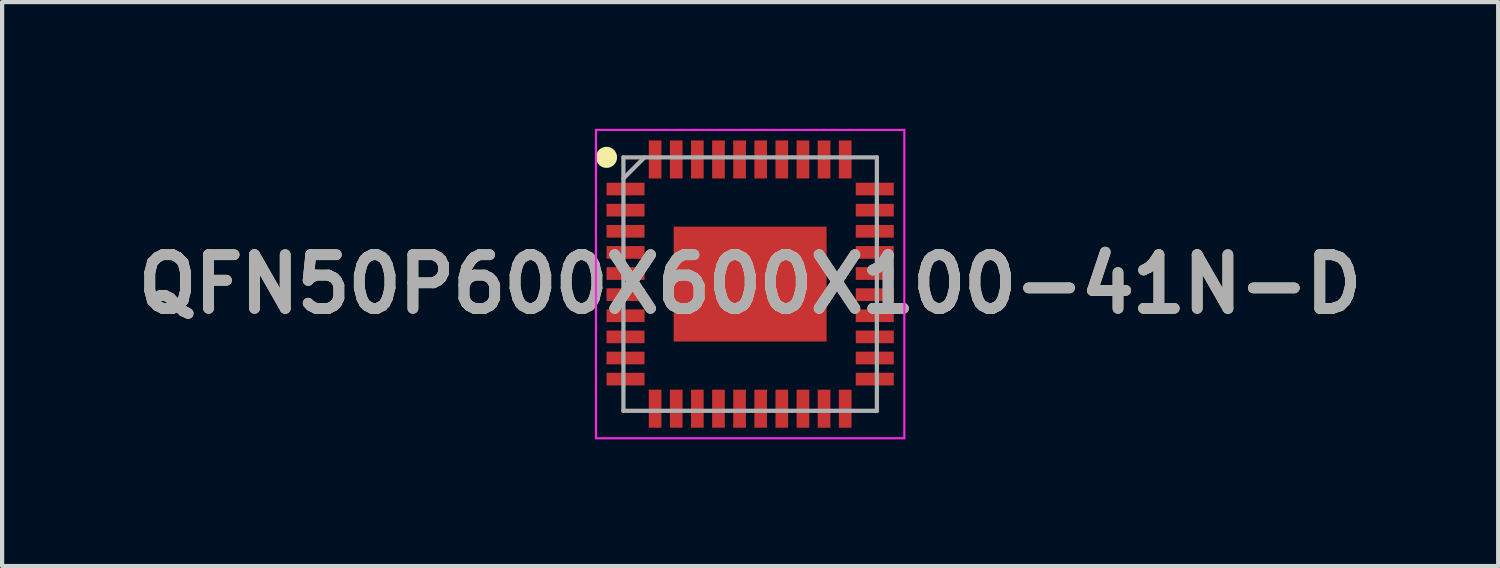
<source format=kicad_pcb>
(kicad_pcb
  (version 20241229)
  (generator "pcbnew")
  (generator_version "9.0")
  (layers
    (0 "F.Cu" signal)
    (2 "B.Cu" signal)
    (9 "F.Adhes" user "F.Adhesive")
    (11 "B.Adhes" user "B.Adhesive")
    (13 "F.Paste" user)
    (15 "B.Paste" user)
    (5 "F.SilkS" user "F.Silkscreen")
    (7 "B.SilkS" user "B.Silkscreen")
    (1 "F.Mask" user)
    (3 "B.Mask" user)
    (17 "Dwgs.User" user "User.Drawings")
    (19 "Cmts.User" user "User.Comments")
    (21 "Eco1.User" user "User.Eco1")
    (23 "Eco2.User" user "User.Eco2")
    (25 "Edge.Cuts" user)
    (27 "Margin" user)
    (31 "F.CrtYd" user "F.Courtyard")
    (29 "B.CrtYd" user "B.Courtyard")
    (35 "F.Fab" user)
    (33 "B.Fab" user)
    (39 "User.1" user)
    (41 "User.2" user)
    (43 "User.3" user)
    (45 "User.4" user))
  (footprint "QFN50P600X600X100-41N-D"
    (layer "F.Cu")
    (at 14.708 3.675)
    (property "Reference" "QFN50P600X600X100-41N-D" (at 0 0 0) (layer "F.SilkS") (effects (font (size 1.27 1.27) (thickness 0.254))))
    (attr smd)
    (fp_circle (center -3.4 -3) (end -3.4 -2.875) (stroke (width 0.25) (type solid)) (fill no) (layer "F.SilkS"))
    (fp_line (start -3.65 -3.65) (end 3.65 -3.65) (stroke (width 0.05) (type solid)) (layer "F.CrtYd"))
    (fp_line (start -3.65 3.65) (end -3.65 -3.65) (stroke (width 0.05) (type solid)) (layer "F.CrtYd"))
    (fp_line (start 3.65 -3.65) (end 3.65 3.65) (stroke (width 0.05) (type solid)) (layer "F.CrtYd"))
    (fp_line (start 3.65 3.65) (end -3.65 3.65) (stroke (width 0.05) (type solid)) (layer "F.CrtYd"))
    (fp_line (start -3 -3) (end 3 -3) (stroke (width 0.1) (type solid)) (layer "F.Fab"))
    (fp_line (start -3 -2.5) (end -2.5 -3) (stroke (width 0.1) (type solid)) (layer "F.Fab"))
    (fp_line (start -3 3) (end -3 -3) (stroke (width 0.1) (type solid)) (layer "F.Fab"))
    (fp_line (start 3 -3) (end 3 3) (stroke (width 0.1) (type solid)) (layer "F.Fab"))
    (fp_line (start 3 3) (end -3 3) (stroke (width 0.1) (type solid)) (layer "F.Fab"))
    (fp_text user "${REFERENCE}" (at 0 0 0) (layer "F.Fab") (effects (font (size 1.27 1.27) (thickness 0.254))))
    (pad "1" smd rect (at -2.95 -2.25 90) (size 0.3 0.9) (layers "F.Cu" "F.Mask" "F.Paste"))
    (pad "2" smd rect (at -2.95 -1.75 90) (size 0.3 0.9) (layers "F.Cu" "F.Mask" "F.Paste"))
    (pad "3" smd rect (at -2.95 -1.25 90) (size 0.3 0.9) (layers "F.Cu" "F.Mask" "F.Paste"))
    (pad "4" smd rect (at -2.95 -0.75 90) (size 0.3 0.9) (layers "F.Cu" "F.Mask" "F.Paste"))
    (pad "5" smd rect (at -2.95 -0.25 90) (size 0.3 0.9) (layers "F.Cu" "F.Mask" "F.Paste"))
    (pad "6" smd rect (at -2.95 0.25 90) (size 0.3 0.9) (layers "F.Cu" "F.Mask" "F.Paste"))
    (pad "7" smd rect (at -2.95 0.75 90) (size 0.3 0.9) (layers "F.Cu" "F.Mask" "F.Paste"))
    (pad "8" smd rect (at -2.95 1.25 90) (size 0.3 0.9) (layers "F.Cu" "F.Mask" "F.Paste"))
    (pad "9" smd rect (at -2.95 1.75 90) (size 0.3 0.9) (layers "F.Cu" "F.Mask" "F.Paste"))
    (pad "10" smd rect (at -2.95 2.25 90) (size 0.3 0.9) (layers "F.Cu" "F.Mask" "F.Paste"))
    (pad "11" smd rect (at -2.25 2.95) (size 0.3 0.9) (layers "F.Cu" "F.Mask" "F.Paste"))
    (pad "12" smd rect (at -1.75 2.95) (size 0.3 0.9) (layers "F.Cu" "F.Mask" "F.Paste"))
    (pad "13" smd rect (at -1.25 2.95) (size 0.3 0.9) (layers "F.Cu" "F.Mask" "F.Paste"))
    (pad "14" smd rect (at -0.75 2.95) (size 0.3 0.9) (layers "F.Cu" "F.Mask" "F.Paste"))
    (pad "15" smd rect (at -0.25 2.95) (size 0.3 0.9) (layers "F.Cu" "F.Mask" "F.Paste"))
    (pad "16" smd rect (at 0.25 2.95) (size 0.3 0.9) (layers "F.Cu" "F.Mask" "F.Paste"))
    (pad "17" smd rect (at 0.75 2.95) (size 0.3 0.9) (layers "F.Cu" "F.Mask" "F.Paste"))
    (pad "18" smd rect (at 1.25 2.95) (size 0.3 0.9) (layers "F.Cu" "F.Mask" "F.Paste"))
    (pad "19" smd rect (at 1.75 2.95) (size 0.3 0.9) (layers "F.Cu" "F.Mask" "F.Paste"))
    (pad "20" smd rect (at 2.25 2.95) (size 0.3 0.9) (layers "F.Cu" "F.Mask" "F.Paste"))
    (pad "21" smd rect (at 2.95 2.25 90) (size 0.3 0.9) (layers "F.Cu" "F.Mask" "F.Paste"))
    (pad "22" smd rect (at 2.95 1.75 90) (size 0.3 0.9) (layers "F.Cu" "F.Mask" "F.Paste"))
    (pad "23" smd rect (at 2.95 1.25 90) (size 0.3 0.9) (layers "F.Cu" "F.Mask" "F.Paste"))
    (pad "24" smd rect (at 2.95 0.75 90) (size 0.3 0.9) (layers "F.Cu" "F.Mask" "F.Paste"))
    (pad "25" smd rect (at 2.95 0.25 90) (size 0.3 0.9) (layers "F.Cu" "F.Mask" "F.Paste"))
    (pad "26" smd rect (at 2.95 -0.25 90) (size 0.3 0.9) (layers "F.Cu" "F.Mask" "F.Paste"))
    (pad "27" smd rect (at 2.95 -0.75 90) (size 0.3 0.9) (layers "F.Cu" "F.Mask" "F.Paste"))
    (pad "28" smd rect (at 2.95 -1.25 90) (size 0.3 0.9) (layers "F.Cu" "F.Mask" "F.Paste"))
    (pad "29" smd rect (at 2.95 -1.75 90) (size 0.3 0.9) (layers "F.Cu" "F.Mask" "F.Paste"))
    (pad "30" smd rect (at 2.95 -2.25 90) (size 0.3 0.9) (layers "F.Cu" "F.Mask" "F.Paste"))
    (pad "31" smd rect (at 2.25 -2.95) (size 0.3 0.9) (layers "F.Cu" "F.Mask" "F.Paste"))
    (pad "32" smd rect (at 1.75 -2.95) (size 0.3 0.9) (layers "F.Cu" "F.Mask" "F.Paste"))
    (pad "33" smd rect (at 1.25 -2.95) (size 0.3 0.9) (layers "F.Cu" "F.Mask" "F.Paste"))
    (pad "34" smd rect (at 0.75 -2.95) (size 0.3 0.9) (layers "F.Cu" "F.Mask" "F.Paste"))
    (pad "35" smd rect (at 0.25 -2.95) (size 0.3 0.9) (layers "F.Cu" "F.Mask" "F.Paste"))
    (pad "36" smd rect (at -0.25 -2.95) (size 0.3 0.9) (layers "F.Cu" "F.Mask" "F.Paste"))
    (pad "37" smd rect (at -0.75 -2.95) (size 0.3 0.9) (layers "F.Cu" "F.Mask" "F.Paste"))
    (pad "38" smd rect (at -1.25 -2.95) (size 0.3 0.9) (layers "F.Cu" "F.Mask" "F.Paste"))
    (pad "39" smd rect (at -1.75 -2.95) (size 0.3 0.9) (layers "F.Cu" "F.Mask" "F.Paste"))
    (pad "40" smd rect (at -2.25 -2.95) (size 0.3 0.9) (layers "F.Cu" "F.Mask" "F.Paste"))
    (pad "41" smd rect (at 0 0 90) (size 2.72 3.62) (layers "F.Cu" "F.Mask" "F.Paste")))
  (gr_rect
    (start -3 -3)
    (end 32.416 10.35)
    (stroke (width 0.1) (type default))
    (fill no)
    (layer "Edge.Cuts")))
</source>
